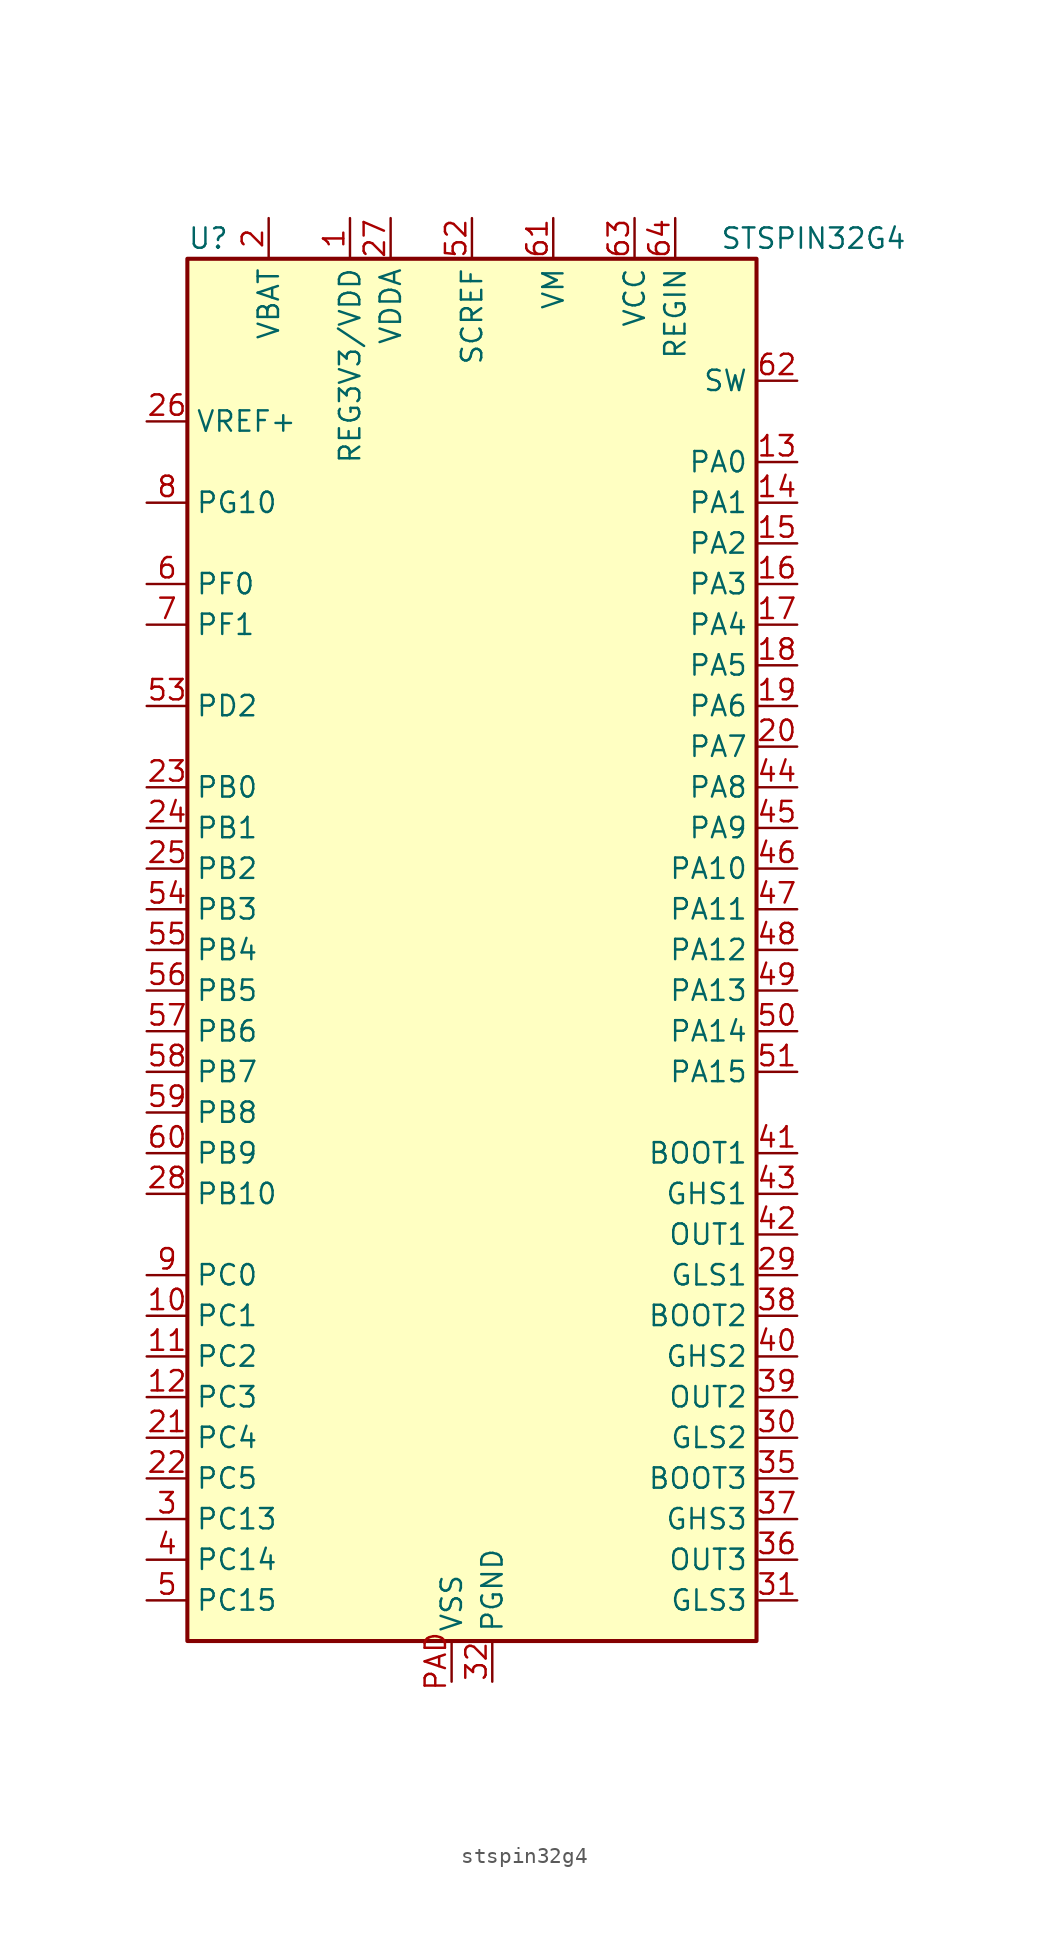
<source format=kicad_sym>
(kicad_symbol_lib
  (version 20241209)
  (generator "kicad_symbol_editor")
  (generator_version "9.0")
  (symbol "stspin32g4"
    (property "Reference" "U"
      (at -17.78 44.45 0)
      (effects (font (size 1.27 1.27)) (justify left)))
    (property "Value" "STSPIN32G4"
      (at 15.494 44.45 0)
      (effects (font (size 1.27 1.27)) (justify left)))
    (symbol "stspin32g4_0_1"
      (rectangle (start -17.78 43.18) (end 17.78 -43.18) (stroke (width 0.254) (type default)) (fill (type background))))
    (symbol "stspin32g4_1_0"
      (pin power_in line (at -1.27 -45.72 90) (length 2.54) (name "VSS" (effects (font (size 1.27 1.27)))) (number "PAD" (effects (font (size 1.27 1.27))))))
    (symbol "stspin32g4_1_1"
      (pin input line (at -20.32 33.02 0) (length 2.54) (name "VREF+" (effects (font (size 1.27 1.27)))) (number "26" (effects (font (size 1.27 1.27)))) (alternate "VREFBUF_OUT" bidirectional line))
      (pin bidirectional line (at -20.32 27.94 0) (length 2.54) (name "PG10" (effects (font (size 1.27 1.27)))) (number "8" (effects (font (size 1.27 1.27)))) (alternate "NRST" bidirectional line) (alternate "RCC_MCO" bidirectional line))
      (pin bidirectional line (at -20.32 22.86 0) (length 2.54) (name "PF0" (effects (font (size 1.27 1.27)))) (number "6" (effects (font (size 1.27 1.27)))) (alternate "ADC1_IN10" bidirectional line) (alternate "I2C2_SDA" bidirectional line) (alternate "I2S2_WS" bidirectional line) (alternate "RCC_OSC_IN" bidirectional line) (alternate "SPI2_NSS" bidirectional line))
      (pin bidirectional line (at -20.32 20.32 0) (length 2.54) (name "PF1" (effects (font (size 1.27 1.27)))) (number "7" (effects (font (size 1.27 1.27)))) (alternate "ADC2_IN10" bidirectional line) (alternate "COMP3_INM" bidirectional line) (alternate "I2S2_CK" bidirectional line) (alternate "RCC_OSC_OUT" bidirectional line) (alternate "SPI2_SCK" bidirectional line))
      (pin bidirectional line (at -20.32 15.24 0) (length 2.54) (name "PD2" (effects (font (size 1.27 1.27)))) (number "53" (effects (font (size 1.27 1.27)))) (alternate "TIM3_ETR" bidirectional line) (alternate "TIM8_BKIN" bidirectional line))
      (pin bidirectional line (at -20.32 10.16 0) (length 2.54) (name "PB0" (effects (font (size 1.27 1.27)))) (number "23" (effects (font (size 1.27 1.27)))) (alternate "ADC1_IN15" bidirectional line) (alternate "COMP4_INP" bidirectional line) (alternate "OPAMP2_VINP" bidirectional line) (alternate "OPAMP3_VINP" bidirectional line) (alternate "TIM3_CH3" bidirectional line) (alternate "TIM8_CH2N" bidirectional line) (alternate "UCPD1_FRSTX" bidirectional line))
      (pin bidirectional line (at -20.32 7.62 0) (length 2.54) (name "PB1" (effects (font (size 1.27 1.27)))) (number "24" (effects (font (size 1.27 1.27)))) (alternate "ADC1_IN12" bidirectional line) (alternate "COMP1_INP" bidirectional line) (alternate "COMP4_OUT" bidirectional line) (alternate "LPUART1_DE" bidirectional line) (alternate "LPUART1_RTS" bidirectional line) (alternate "OPAMP3_VOUT" bidirectional line) (alternate "TIM3_CH4" bidirectional line) (alternate "TIM8_CH3N" bidirectional line))
      (pin bidirectional line (at -20.32 5.08 0) (length 2.54) (name "PB2" (effects (font (size 1.27 1.27)))) (number "25" (effects (font (size 1.27 1.27)))) (alternate "ADC2_IN12" bidirectional line) (alternate "COMP4_INM" bidirectional line) (alternate "LPTIM1_OUT" bidirectional line) (alternate "OPAMP3_VINM" bidirectional line) (alternate "RTC_OUT2" bidirectional line))
      (pin bidirectional line (at -20.32 2.54 0) (length 2.54) (name "PB3" (effects (font (size 1.27 1.27)))) (number "54" (effects (font (size 1.27 1.27)))) (alternate "CRS_SYNC" bidirectional line) (alternate "I2S3_CK" bidirectional line) (alternate "SAI1_SCK_B" bidirectional line) (alternate "SPI1_SCK" bidirectional line) (alternate "SPI3_SCK" bidirectional line) (alternate "SYS_JTDO-SWO" bidirectional line) (alternate "TIM2_CH2" bidirectional line) (alternate "TIM3_ETR" bidirectional line) (alternate "TIM4_ETR" bidirectional line) (alternate "TIM8_CH1N" bidirectional line) (alternate "USART2_TX" bidirectional line))
      (pin bidirectional line (at -20.32 0 0) (length 2.54) (name "PB4" (effects (font (size 1.27 1.27)))) (number "55" (effects (font (size 1.27 1.27)))) (alternate "SAI1_MCLK_B" bidirectional line) (alternate "SPI1_MISO" bidirectional line) (alternate "SPI3_MISO" bidirectional line) (alternate "SYS_JTRST" bidirectional line) (alternate "TIM16_CH1" bidirectional line) (alternate "TIM17_BKIN" bidirectional line) (alternate "TIM3_CH1" bidirectional line) (alternate "TIM8_CH2N" bidirectional line) (alternate "UCPD1_CC2" bidirectional line) (alternate "USART2_RX" bidirectional line))
      (pin bidirectional line (at -20.32 -2.54 0) (length 2.54) (name "PB5" (effects (font (size 1.27 1.27)))) (number "56" (effects (font (size 1.27 1.27)))) (alternate "I2C1_SMBA" bidirectional line) (alternate "I2S3_SD" bidirectional line) (alternate "LPTIM1_IN1" bidirectional line) (alternate "SAI1_SD_B" bidirectional line) (alternate "SPI1_MOSI" bidirectional line) (alternate "SPI3_MOSI" bidirectional line) (alternate "TIM16_BKIN" bidirectional line) (alternate "TIM17_CH1" bidirectional line) (alternate "TIM3_CH2" bidirectional line) (alternate "TIM8_CH3N" bidirectional line) (alternate "USART2_CK" bidirectional line))
      (pin bidirectional line (at -20.32 -5.08 0) (length 2.54) (name "PB6" (effects (font (size 1.27 1.27)))) (number "57" (effects (font (size 1.27 1.27)))) (alternate "COMP4_OUT" bidirectional line) (alternate "LPTIM1_ETR" bidirectional line) (alternate "SAI1_FS_B" bidirectional line) (alternate "TIM16_CH1N" bidirectional line) (alternate "TIM4_CH1" bidirectional line) (alternate "TIM8_BKIN2" bidirectional line) (alternate "TIM8_CH1" bidirectional line) (alternate "TIM8_ETR" bidirectional line) (alternate "UCPD1_CC1" bidirectional line) (alternate "USART1_TX" bidirectional line))
      (pin bidirectional line (at -20.32 -7.62 0) (length 2.54) (name "PB7" (effects (font (size 1.27 1.27)))) (number "58" (effects (font (size 1.27 1.27)))) (alternate "COMP3_OUT" bidirectional line) (alternate "I2C1_SDA" bidirectional line) (alternate "LPTIM1_IN2" bidirectional line) (alternate "SYS_PVD_IN" bidirectional line) (alternate "TIM17_CH1N" bidirectional line) (alternate "TIM3_CH4" bidirectional line) (alternate "TIM4_CH2" bidirectional line) (alternate "TIM8_BKIN" bidirectional line) (alternate "UART4_CTS" bidirectional line) (alternate "USART1_RX" bidirectional line))
      (pin bidirectional line (at -20.32 -10.16 0) (length 2.54) (name "PB8" (effects (font (size 1.27 1.27)))) (number "59" (effects (font (size 1.27 1.27)))) (alternate "COMP1_OUT" bidirectional line) (alternate "FDCAN1_RX" bidirectional line) (alternate "I2C1_SCL" bidirectional line) (alternate "SAI1_CK1" bidirectional line) (alternate "SAI1_MCLK_A" bidirectional line) (alternate "TIM16_CH1" bidirectional line) (alternate "TIM1_BKIN" bidirectional line) (alternate "TIM4_CH3" bidirectional line) (alternate "TIM8_CH2" bidirectional line) (alternate "USART3_RX" bidirectional line))
      (pin bidirectional line (at -20.32 -12.7 0) (length 2.54) (name "PB9" (effects (font (size 1.27 1.27)))) (number "60" (effects (font (size 1.27 1.27)))) (alternate "COMP2_OUT" bidirectional line) (alternate "FDCAN1_TX" bidirectional line) (alternate "I2C1_SDA" bidirectional line) (alternate "IR_OUT" bidirectional line) (alternate "SAI1_D2" bidirectional line) (alternate "SAI1_FS_A" bidirectional line) (alternate "TIM17_CH1" bidirectional line) (alternate "TIM4_CH4" bidirectional line) (alternate "TIM8_CH3" bidirectional line) (alternate "USART3_TX" bidirectional line))
      (pin bidirectional line (at -20.32 -15.24 0) (length 2.54) (name "PB10" (effects (font (size 1.27 1.27)))) (number "28" (effects (font (size 1.27 1.27)))) (alternate "LPUART1_RX" bidirectional line) (alternate "OPAMP3_VINM" bidirectional line) (alternate "SAI1_SCK_A" bidirectional line) (alternate "TIM1_BKIN" bidirectional line) (alternate "USART3_TX" bidirectional line))
      (pin bidirectional line (at -20.32 -20.32 0) (length 2.54) (name "PC0" (effects (font (size 1.27 1.27)))) (number "9" (effects (font (size 1.27 1.27)))) (alternate "ADC12_IN6" bidirectional line) (alternate "COMP3_INM" bidirectional line) (alternate "LPTIM1_IN1" bidirectional line) (alternate "LPUART1_RX" bidirectional line))
      (pin bidirectional line (at -20.32 -22.86 0) (length 2.54) (name "PC1" (effects (font (size 1.27 1.27)))) (number "10" (effects (font (size 1.27 1.27)))) (alternate "ADC12_IN7" bidirectional line) (alternate "COMP3_INP" bidirectional line) (alternate "LPTIM1_OUT" bidirectional line) (alternate "LPUART1_TX" bidirectional line) (alternate "SAI1_SD_A" bidirectional line))
      (pin bidirectional line (at -20.32 -25.4 0) (length 2.54) (name "PC2" (effects (font (size 1.27 1.27)))) (number "11" (effects (font (size 1.27 1.27)))) (alternate "ADC12_IN8" bidirectional line) (alternate "COMP3_OUT" bidirectional line) (alternate "LPTIM1_IN2" bidirectional line))
      (pin bidirectional line (at -20.32 -27.94 0) (length 2.54) (name "PC3" (effects (font (size 1.27 1.27)))) (number "12" (effects (font (size 1.27 1.27)))) (alternate "ADC12_IN9" bidirectional line) (alternate "LPTIM1_ETR" bidirectional line) (alternate "SAI1_D1" bidirectional line) (alternate "SAI1_SD_A" bidirectional line) (alternate "TIM1_BKIN2" bidirectional line))
      (pin bidirectional line (at -20.32 -30.48 0) (length 2.54) (name "PC4" (effects (font (size 1.27 1.27)))) (number "21" (effects (font (size 1.27 1.27)))) (alternate "ADC2_IN5" bidirectional line) (alternate "I2C2_SCL" bidirectional line) (alternate "USART1_TX" bidirectional line))
      (pin bidirectional line (at -20.32 -33.02 0) (length 2.54) (name "PC5" (effects (font (size 1.27 1.27)))) (number "22" (effects (font (size 1.27 1.27)))) (alternate "ADC2_IN11" bidirectional line) (alternate "OPAMP1_VINM" bidirectional line) (alternate "OPAMP2_VINM" bidirectional line) (alternate "SAI1_D3" bidirectional line) (alternate "TIM15_BKIN" bidirectional line) (alternate "USART1_RX" bidirectional line))
      (pin bidirectional line (at -20.32 -35.56 0) (length 2.54) (name "PC13" (effects (font (size 1.27 1.27)))) (number "3" (effects (font (size 1.27 1.27)))) (alternate "RTC_OUT1" bidirectional line) (alternate "RTC_TAMP1" bidirectional line) (alternate "RTC_TS" bidirectional line) (alternate "SYS_WKUP2" bidirectional line) (alternate "TIM1_BKIN" bidirectional line) (alternate "TIM8_CH4N" bidirectional line))
      (pin bidirectional line (at -20.32 -38.1 0) (length 2.54) (name "PC14" (effects (font (size 1.27 1.27)))) (number "4" (effects (font (size 1.27 1.27)))) (alternate "RCC_OSC32_IN" bidirectional line))
      (pin bidirectional line (at -20.32 -40.64 0) (length 2.54) (name "PC15" (effects (font (size 1.27 1.27)))) (number "5" (effects (font (size 1.27 1.27)))) (alternate "RCC_OSC32_OUT" bidirectional line))
      (pin power_in line (at -12.7 45.72 270) (length 2.54) (name "VBAT" (effects (font (size 1.27 1.27)))) (number "2" (effects (font (size 1.27 1.27)))))
      (pin power_out line (at -7.62 45.72 270) (length 2.54) (name "REG3V3/VDD" (effects (font (size 1.27 1.27)))) (number "1" (effects (font (size 1.27 1.27)))))
      (pin power_in line (at -5.08 45.72 270) (length 2.54) (name "VDDA" (effects (font (size 1.27 1.27)))) (number "27" (effects (font (size 1.27 1.27)))))
      (pin power_in line (at 0 45.72 270) (length 2.54) (name "SCREF" (effects (font (size 1.27 1.27)))) (number "52" (effects (font (size 1.27 1.27)))))
      (pin power_in line (at 1.27 -45.72 90) (length 2.54) (name "PGND" (effects (font (size 1.27 1.27)))) (number "32" (effects (font (size 1.27 1.27)))))
      (pin power_in line (at 5.08 45.72 270) (length 2.54) (name "VM" (effects (font (size 1.27 1.27)))) (number "61" (effects (font (size 1.27 1.27)))))
      (pin no_connect line (at 6.35 -45.72 90) (length 2.54) (hide yes) (name "NC" (effects (font (size 1.27 1.27)))) (number "34" (effects (font (size 1.27 1.27)))))
      (pin no_connect line (at 7.62 -45.72 90) (length 2.54) (hide yes) (name "NC" (effects (font (size 1.27 1.27)))) (number "33" (effects (font (size 1.27 1.27)))))
      (pin power_in line (at 10.16 45.72 270) (length 2.54) (name "VCC" (effects (font (size 1.27 1.27)))) (number "63" (effects (font (size 1.27 1.27)))))
      (pin power_in line (at 12.7 45.72 270) (length 2.54) (name "REGIN" (effects (font (size 1.27 1.27)))) (number "64" (effects (font (size 1.27 1.27)))))
      (pin power_out line (at 20.32 35.56 180) (length 2.54) (name "SW" (effects (font (size 1.27 1.27)))) (number "62" (effects (font (size 1.27 1.27)))))
      (pin bidirectional line (at 20.32 30.48 180) (length 2.54) (name "PA0" (effects (font (size 1.27 1.27)))) (number "13" (effects (font (size 1.27 1.27)))) (alternate "ADC12_IN1" bidirectional line) (alternate "COMP1_INM" bidirectional line) (alternate "COMP1_OUT" bidirectional line) (alternate "COMP3_INP" bidirectional line) (alternate "RTC_TAMP2" bidirectional line) (alternate "SYS_WKUP1" bidirectional line) (alternate "TIM2_CH1" bidirectional line) (alternate "TIM2_ETR" bidirectional line) (alternate "TIM8_BKIN" bidirectional line) (alternate "TIM8_ETR" bidirectional line) (alternate "USART2_CTS" bidirectional line))
      (pin bidirectional line (at 20.32 27.94 180) (length 2.54) (name "PA1" (effects (font (size 1.27 1.27)))) (number "14" (effects (font (size 1.27 1.27)))) (alternate "ADC12_IN2" bidirectional line) (alternate "COMP1_INP" bidirectional line) (alternate "OPAMP1_VINP" bidirectional line) (alternate "OPAMP3_VINP" bidirectional line) (alternate "RTC_REFIN" bidirectional line) (alternate "TIM2_CH2" bidirectional line) (alternate "USART2_DE" bidirectional line) (alternate "USART2_RTS" bidirectional line))
      (pin bidirectional line (at 20.32 25.4 180) (length 2.54) (name "PA2" (effects (font (size 1.27 1.27)))) (number "15" (effects (font (size 1.27 1.27)))) (alternate "ADC1_IN3" bidirectional line) (alternate "COMP2_INM" bidirectional line) (alternate "COMP2_OUT" bidirectional line) (alternate "LPUART1_TX" bidirectional line) (alternate "OPAMP1_VOUT" bidirectional line) (alternate "RCC_LSCO" bidirectional line) (alternate "SYS_WKUP4" bidirectional line) (alternate "TIM15_CH1" bidirectional line) (alternate "TIM2_CH3" bidirectional line) (alternate "UCPD1_FRSTX" bidirectional line) (alternate "USART2_TX" bidirectional line))
      (pin bidirectional line (at 20.32 22.86 180) (length 2.54) (name "PA3" (effects (font (size 1.27 1.27)))) (number "16" (effects (font (size 1.27 1.27)))) (alternate "ADC1_IN4" bidirectional line) (alternate "COMP2_INP" bidirectional line) (alternate "LPUART1_RX" bidirectional line) (alternate "OPAMP1_VINM" bidirectional line) (alternate "OPAMP1_VINP" bidirectional line) (alternate "SAI1_CK1" bidirectional line) (alternate "SAI1_MCLK_A" bidirectional line) (alternate "TIM15_CH2" bidirectional line) (alternate "TIM2_CH4" bidirectional line) (alternate "USART2_RX" bidirectional line))
      (pin bidirectional line (at 20.32 20.32 180) (length 2.54) (name "PA4" (effects (font (size 1.27 1.27)))) (number "17" (effects (font (size 1.27 1.27)))) (alternate "ADC2_IN17" bidirectional line) (alternate "COMP1_INM" bidirectional line) (alternate "I2S3_WS" bidirectional line) (alternate "SAI1_FS_B" bidirectional line) (alternate "SPI1_NSS" bidirectional line) (alternate "SPI3_NSS" bidirectional line) (alternate "TIM3_CH2" bidirectional line) (alternate "USART2_CK" bidirectional line))
      (pin bidirectional line (at 20.32 17.78 180) (length 2.54) (name "PA5" (effects (font (size 1.27 1.27)))) (number "18" (effects (font (size 1.27 1.27)))) (alternate "ADC2_IN13" bidirectional line) (alternate "COMP2_INM" bidirectional line) (alternate "OPAMP2_VINM" bidirectional line) (alternate "SPI1_SCK" bidirectional line) (alternate "TIM2_CH1" bidirectional line) (alternate "TIM2_ETR" bidirectional line) (alternate "UCPD1_FRSTX" bidirectional line))
      (pin bidirectional line (at 20.32 15.24 180) (length 2.54) (name "PA6" (effects (font (size 1.27 1.27)))) (number "19" (effects (font (size 1.27 1.27)))) (alternate "ADC2_IN3" bidirectional line) (alternate "COMP1_OUT" bidirectional line) (alternate "LPUART1_CTS" bidirectional line) (alternate "OPAMP2_VOUT" bidirectional line) (alternate "SPI1_MISO" bidirectional line) (alternate "TIM16_CH1" bidirectional line) (alternate "TIM1_BKIN" bidirectional line) (alternate "TIM3_CH1" bidirectional line) (alternate "TIM8_BKIN" bidirectional line))
      (pin bidirectional line (at 20.32 12.7 180) (length 2.54) (name "PA7" (effects (font (size 1.27 1.27)))) (number "20" (effects (font (size 1.27 1.27)))) (alternate "ADC2_IN4" bidirectional line) (alternate "COMP2_INP" bidirectional line) (alternate "COMP2_OUT" bidirectional line) (alternate "OPAMP1_VINP" bidirectional line) (alternate "OPAMP2_VINP" bidirectional line) (alternate "SPI1_MOSI" bidirectional line) (alternate "TIM17_CH1" bidirectional line) (alternate "TIM3_CH2" bidirectional line) (alternate "TIM8_CH1N" bidirectional line) (alternate "UCPD1_FRSTX" bidirectional line))
      (pin bidirectional line (at 20.32 10.16 180) (length 2.54) (name "PA8" (effects (font (size 1.27 1.27)))) (number "44" (effects (font (size 1.27 1.27)))) (alternate "I2C2_SDA" bidirectional line) (alternate "I2S2_MCK" bidirectional line) (alternate "SAI1_CK2" bidirectional line) (alternate "SAI1_SCK_A" bidirectional line) (alternate "TIM4_ETR" bidirectional line) (alternate "USART1_CK" bidirectional line))
      (pin bidirectional line (at 20.32 7.62 180) (length 2.54) (name "PA9" (effects (font (size 1.27 1.27)))) (number "45" (effects (font (size 1.27 1.27)))) (alternate "I2C2_SCL" bidirectional line) (alternate "I2S3_MCK" bidirectional line) (alternate "SAI1_FS_A" bidirectional line) (alternate "TIM15_BKIN" bidirectional line) (alternate "TIM2_CH3" bidirectional line) (alternate "UCPD1_DBCC1" bidirectional line) (alternate "USART1_TX" bidirectional line))
      (pin bidirectional line (at 20.32 5.08 180) (length 2.54) (name "PA10" (effects (font (size 1.27 1.27)))) (number "46" (effects (font (size 1.27 1.27)))) (alternate "CRS_SYNC" bidirectional line) (alternate "I2C2_SMBA" bidirectional line) (alternate "SAI1_D1" bidirectional line) (alternate "SAI1_SD_A" bidirectional line) (alternate "SPI2_MISO" bidirectional line) (alternate "TIM17_BKIN" bidirectional line) (alternate "TIM2_CH4" bidirectional line) (alternate "TIM8_BKIN" bidirectional line) (alternate "UCPD1_DBCC2" bidirectional line) (alternate "USART1_RX" bidirectional line))
      (pin bidirectional line (at 20.32 2.54 180) (length 2.54) (name "PA11" (effects (font (size 1.27 1.27)))) (number "47" (effects (font (size 1.27 1.27)))) (alternate "COMP1_OUT" bidirectional line) (alternate "FDCAN1_RX" bidirectional line) (alternate "I2S2_SD" bidirectional line) (alternate "SPI2_MOSI" bidirectional line) (alternate "TIM1_BKIN2" bidirectional line) (alternate "TIM4_CH1" bidirectional line) (alternate "USART1_CTS" bidirectional line) (alternate "USB_DM" bidirectional line))
      (pin bidirectional line (at 20.32 0 180) (length 2.54) (name "PA12" (effects (font (size 1.27 1.27)))) (number "48" (effects (font (size 1.27 1.27)))) (alternate "COMP2_OUT" bidirectional line) (alternate "FDCAN1_TX" bidirectional line) (alternate "I2S_CKIN" bidirectional line) (alternate "TIM16_CH1" bidirectional line) (alternate "TIM4_CH2" bidirectional line) (alternate "USART1_DE" bidirectional line) (alternate "USART1_RTS" bidirectional line) (alternate "USB_DP" bidirectional line))
      (pin bidirectional line (at 20.32 -2.54 180) (length 2.54) (name "PA13" (effects (font (size 1.27 1.27)))) (number "49" (effects (font (size 1.27 1.27)))) (alternate "I2C1_SCL" bidirectional line) (alternate "IR_OUT" bidirectional line) (alternate "SAI1_SD_B" bidirectional line) (alternate "SYS_JTMS-SWDIO" bidirectional line) (alternate "TIM16_CH1N" bidirectional line) (alternate "TIM4_CH3" bidirectional line) (alternate "USART3_CTS" bidirectional line))
      (pin bidirectional line (at 20.32 -5.08 180) (length 2.54) (name "PA14" (effects (font (size 1.27 1.27)))) (number "50" (effects (font (size 1.27 1.27)))) (alternate "I2C1_SDA" bidirectional line) (alternate "LPTIM1_OUT" bidirectional line) (alternate "SAI1_FS_B" bidirectional line) (alternate "SYS_JTCK-SWCLK" bidirectional line) (alternate "TIM1_BKIN" bidirectional line) (alternate "TIM8_CH2" bidirectional line) (alternate "USART2_TX" bidirectional line))
      (pin bidirectional line (at 20.32 -7.62 180) (length 2.54) (name "PA15" (effects (font (size 1.27 1.27)))) (number "51" (effects (font (size 1.27 1.27)))) (alternate "I2C1_SCL" bidirectional line) (alternate "I2S3_WS" bidirectional line) (alternate "SPI1_NSS" bidirectional line) (alternate "SPI3_NSS" bidirectional line) (alternate "SYS_JTDI" bidirectional line) (alternate "TIM1_BKIN" bidirectional line) (alternate "TIM2_CH1" bidirectional line) (alternate "TIM2_ETR" bidirectional line) (alternate "TIM8_CH1" bidirectional line) (alternate "UART4_DE" bidirectional line) (alternate "UART4_RTS" bidirectional line) (alternate "USART2_RX" bidirectional line))
      (pin power_in line (at 20.32 -12.7 180) (length 2.54) (name "BOOT1" (effects (font (size 1.27 1.27)))) (number "41" (effects (font (size 1.27 1.27)))))
      (pin output line (at 20.32 -15.24 180) (length 2.54) (name "GHS1" (effects (font (size 1.27 1.27)))) (number "43" (effects (font (size 1.27 1.27)))))
      (pin power_in line (at 20.32 -17.78 180) (length 2.54) (name "OUT1" (effects (font (size 1.27 1.27)))) (number "42" (effects (font (size 1.27 1.27)))))
      (pin output line (at 20.32 -20.32 180) (length 2.54) (name "GLS1" (effects (font (size 1.27 1.27)))) (number "29" (effects (font (size 1.27 1.27)))))
      (pin power_in line (at 20.32 -22.86 180) (length 2.54) (name "BOOT2" (effects (font (size 1.27 1.27)))) (number "38" (effects (font (size 1.27 1.27)))))
      (pin output line (at 20.32 -25.4 180) (length 2.54) (name "GHS2" (effects (font (size 1.27 1.27)))) (number "40" (effects (font (size 1.27 1.27)))))
      (pin power_in line (at 20.32 -27.94 180) (length 2.54) (name "OUT2" (effects (font (size 1.27 1.27)))) (number "39" (effects (font (size 1.27 1.27)))))
      (pin output line (at 20.32 -30.48 180) (length 2.54) (name "GLS2" (effects (font (size 1.27 1.27)))) (number "30" (effects (font (size 1.27 1.27)))))
      (pin power_in line (at 20.32 -33.02 180) (length 2.54) (name "BOOT3" (effects (font (size 1.27 1.27)))) (number "35" (effects (font (size 1.27 1.27)))))
      (pin output line (at 20.32 -35.56 180) (length 2.54) (name "GHS3" (effects (font (size 1.27 1.27)))) (number "37" (effects (font (size 1.27 1.27)))))
      (pin power_in line (at 20.32 -38.1 180) (length 2.54) (name "OUT3" (effects (font (size 1.27 1.27)))) (number "36" (effects (font (size 1.27 1.27)))))
      (pin output line (at 20.32 -40.64 180) (length 2.54) (name "GLS3" (effects (font (size 1.27 1.27)))) (number "31" (effects (font (size 1.27 1.27))))))))
</source>
